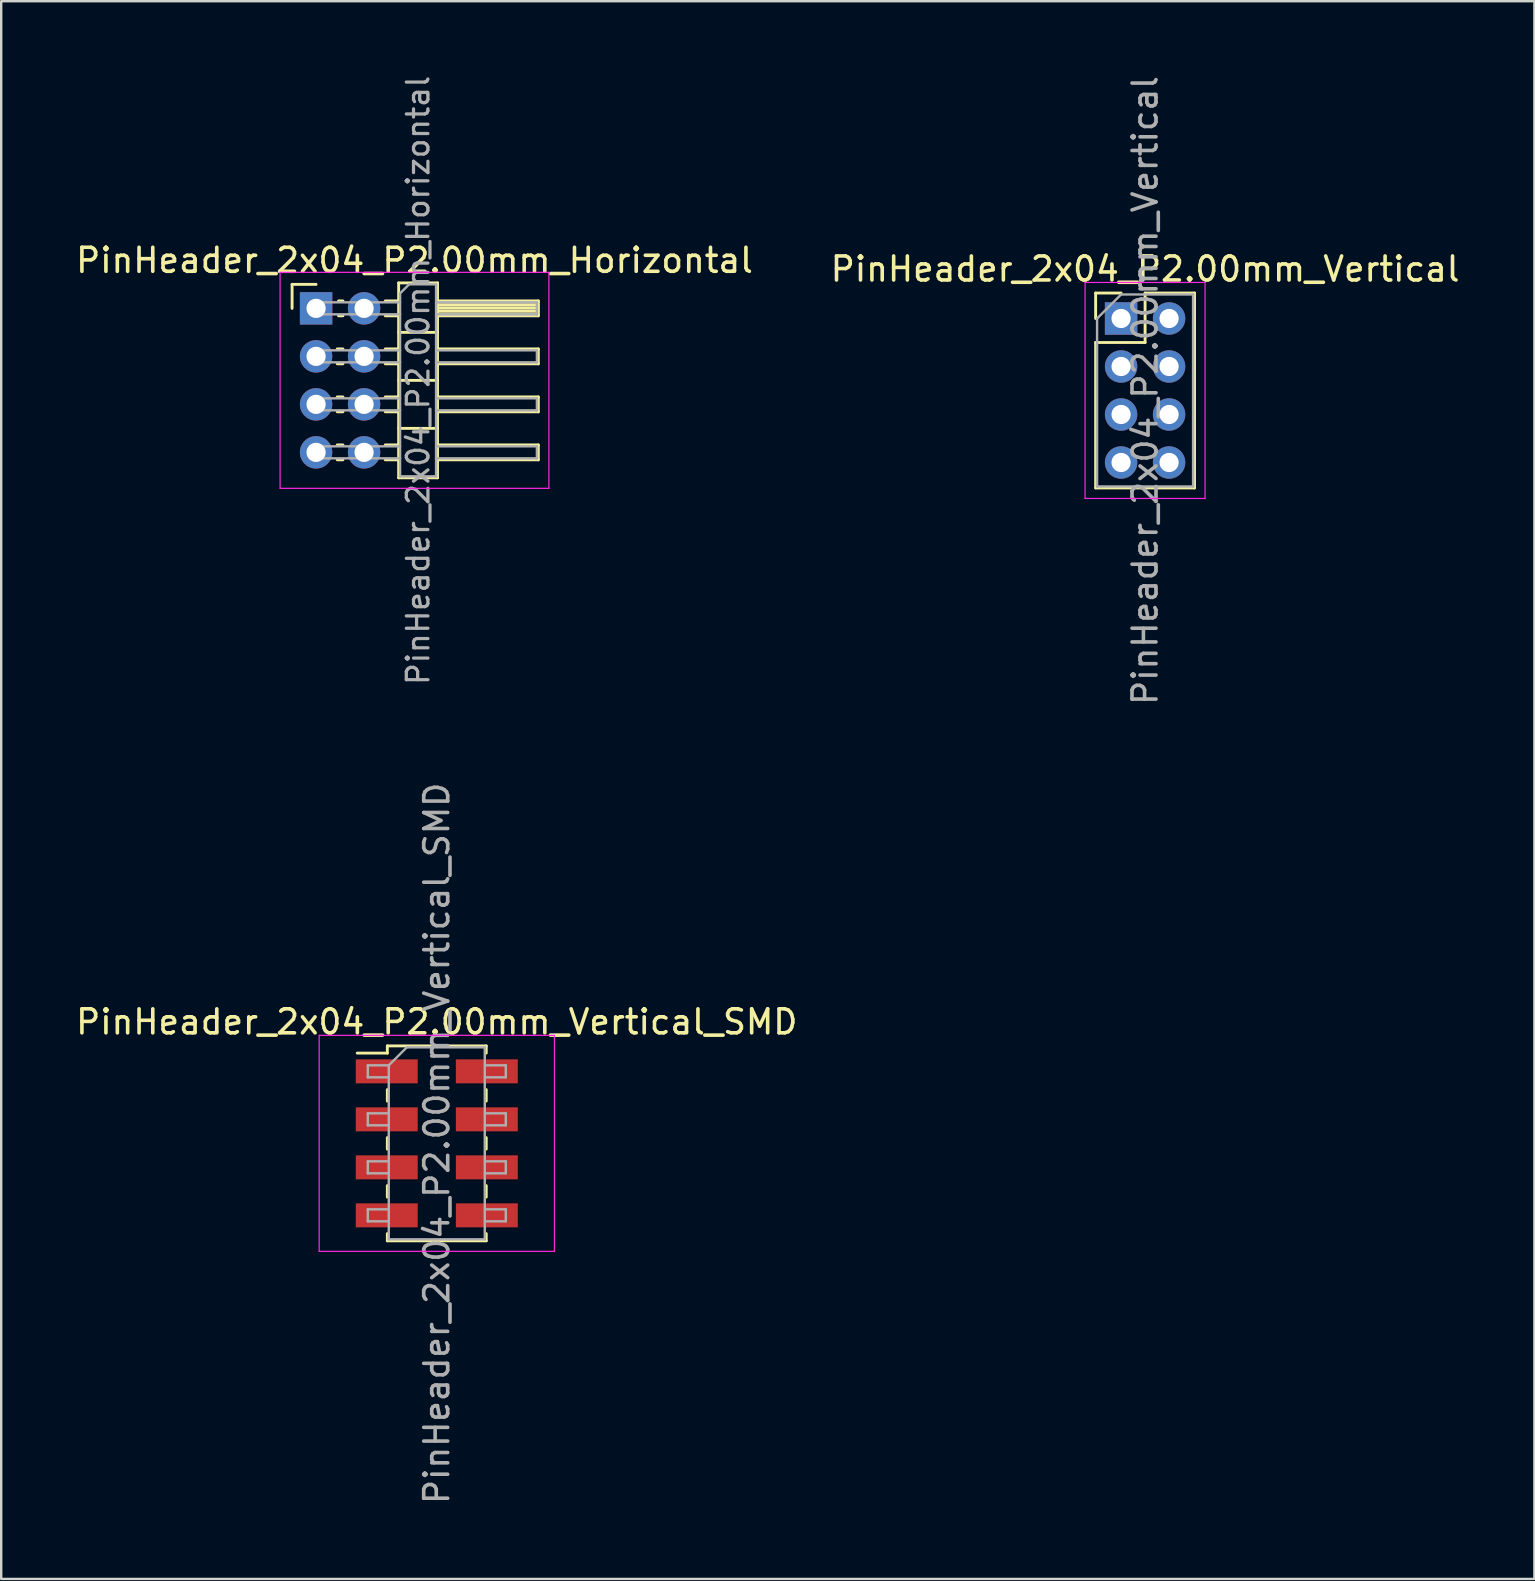
<source format=kicad_pcb>
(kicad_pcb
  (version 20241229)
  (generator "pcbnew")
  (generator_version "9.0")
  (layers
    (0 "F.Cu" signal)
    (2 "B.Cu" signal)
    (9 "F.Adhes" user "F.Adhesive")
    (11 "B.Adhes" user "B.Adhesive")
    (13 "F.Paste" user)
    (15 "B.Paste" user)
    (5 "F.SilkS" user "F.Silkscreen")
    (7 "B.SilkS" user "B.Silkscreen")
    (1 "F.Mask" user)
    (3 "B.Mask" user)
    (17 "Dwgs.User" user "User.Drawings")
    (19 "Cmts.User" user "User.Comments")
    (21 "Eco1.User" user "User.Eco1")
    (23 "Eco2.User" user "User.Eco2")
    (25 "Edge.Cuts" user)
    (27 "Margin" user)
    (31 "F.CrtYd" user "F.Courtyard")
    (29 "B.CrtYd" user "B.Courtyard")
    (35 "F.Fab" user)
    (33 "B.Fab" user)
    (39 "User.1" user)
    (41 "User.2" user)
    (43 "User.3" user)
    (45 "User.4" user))
  (footprint "PinHeader_2x04_P2.00mm_Vertical"
    (layer "F.Cu")
    (at 43.661 10.22)
    (property "Reference" "PinHeader_2x04_P2.00mm_Vertical" (at 1 -2.06 0) (layer "F.SilkS") (effects (font (size 1 1) (thickness 0.15))))
    (attr through_hole)
    (fp_line (start -1.06 -1.06) (end 0 -1.06) (stroke (width 0.12) (type solid)) (layer "F.SilkS"))
    (fp_line (start -1.06 0) (end -1.06 -1.06) (stroke (width 0.12) (type solid)) (layer "F.SilkS"))
    (fp_line (start -1.06 1) (end -1.06 7.06) (stroke (width 0.12) (type solid)) (layer "F.SilkS"))
    (fp_line (start -1.06 1) (end 1 1) (stroke (width 0.12) (type solid)) (layer "F.SilkS"))
    (fp_line (start -1.06 7.06) (end 3.06 7.06) (stroke (width 0.12) (type solid)) (layer "F.SilkS"))
    (fp_line (start 1 -1.06) (end 3.06 -1.06) (stroke (width 0.12) (type solid)) (layer "F.SilkS"))
    (fp_line (start 1 1) (end 1 -1.06) (stroke (width 0.12) (type solid)) (layer "F.SilkS"))
    (fp_line (start 3.06 -1.06) (end 3.06 7.06) (stroke (width 0.12) (type solid)) (layer "F.SilkS"))
    (fp_line (start -1.5 -1.5) (end -1.5 7.5) (stroke (width 0.05) (type solid)) (layer "F.CrtYd"))
    (fp_line (start -1.5 7.5) (end 3.5 7.5) (stroke (width 0.05) (type solid)) (layer "F.CrtYd"))
    (fp_line (start 3.5 -1.5) (end -1.5 -1.5) (stroke (width 0.05) (type solid)) (layer "F.CrtYd"))
    (fp_line (start 3.5 7.5) (end 3.5 -1.5) (stroke (width 0.05) (type solid)) (layer "F.CrtYd"))
    (fp_line (start -1 0) (end 0 -1) (stroke (width 0.1) (type solid)) (layer "F.Fab"))
    (fp_line (start -1 7) (end -1 0) (stroke (width 0.1) (type solid)) (layer "F.Fab"))
    (fp_line (start 0 -1) (end 3 -1) (stroke (width 0.1) (type solid)) (layer "F.Fab"))
    (fp_line (start 3 -1) (end 3 7) (stroke (width 0.1) (type solid)) (layer "F.Fab"))
    (fp_line (start 3 7) (end -1 7) (stroke (width 0.1) (type solid)) (layer "F.Fab"))
    (fp_text user "${REFERENCE}" (at 1 3 90) (layer "F.Fab") (effects (font (size 1 1) (thickness 0.15))))
    (pad "1" thru_hole rect (at 0 0) (size 1.35 1.35) (drill 0.8) (layers "*.Cu" "*.Mask"))
    (pad "2" thru_hole oval (at 2 0) (size 1.35 1.35) (drill 0.8) (layers "*.Cu" "*.Mask"))
    (pad "3" thru_hole oval (at 0 2) (size 1.35 1.35) (drill 0.8) (layers "*.Cu" "*.Mask"))
    (pad "4" thru_hole oval (at 2 2) (size 1.35 1.35) (drill 0.8) (layers "*.Cu" "*.Mask"))
    (pad "5" thru_hole oval (at 0 4) (size 1.35 1.35) (drill 0.8) (layers "*.Cu" "*.Mask"))
    (pad "6" thru_hole oval (at 2 4) (size 1.35 1.35) (drill 0.8) (layers "*.Cu" "*.Mask"))
    (pad "7" thru_hole oval (at 0 6) (size 1.35 1.35) (drill 0.8) (layers "*.Cu" "*.Mask"))
    (pad "8" thru_hole oval (at 2 6) (size 1.35 1.35) (drill 0.8) (layers "*.Cu" "*.Mask")))
  (footprint "PinHeader_2x04_P2.00mm_Horizontal"
    (layer "F.Cu")
    (at 10.12 9.798)
    (property "Reference" "PinHeader_2x04_P2.00mm_Horizontal" (at 4.1 -2 0) (layer "F.SilkS") (effects (font (size 1 1) (thickness 0.15))))
    (attr through_hole)
    (fp_line (start -1 -1) (end 0 -1) (stroke (width 0.12) (type solid)) (layer "F.SilkS"))
    (fp_line (start -1 0) (end -1 -1) (stroke (width 0.12) (type solid)) (layer "F.SilkS"))
    (fp_line (start 0.882 1.69) (end 1.118 1.69) (stroke (width 0.12) (type solid)) (layer "F.SilkS"))
    (fp_line (start 0.882 2.31) (end 1.118 2.31) (stroke (width 0.12) (type solid)) (layer "F.SilkS"))
    (fp_line (start 0.882 3.69) (end 1.118 3.69) (stroke (width 0.12) (type solid)) (layer "F.SilkS"))
    (fp_line (start 0.882 4.31) (end 1.118 4.31) (stroke (width 0.12) (type solid)) (layer "F.SilkS"))
    (fp_line (start 0.882 5.69) (end 1.118 5.69) (stroke (width 0.12) (type solid)) (layer "F.SilkS"))
    (fp_line (start 0.882 6.31) (end 1.118 6.31) (stroke (width 0.12) (type solid)) (layer "F.SilkS"))
    (fp_line (start 0.935 -0.31) (end 1.118 -0.31) (stroke (width 0.12) (type solid)) (layer "F.SilkS"))
    (fp_line (start 0.935 0.31) (end 1.118 0.31) (stroke (width 0.12) (type solid)) (layer "F.SilkS"))
    (fp_line (start 2.882 -0.31) (end 3.44 -0.31) (stroke (width 0.12) (type solid)) (layer "F.SilkS"))
    (fp_line (start 2.882 0.31) (end 3.44 0.31) (stroke (width 0.12) (type solid)) (layer "F.SilkS"))
    (fp_line (start 2.882 1.69) (end 3.44 1.69) (stroke (width 0.12) (type solid)) (layer "F.SilkS"))
    (fp_line (start 2.882 2.31) (end 3.44 2.31) (stroke (width 0.12) (type solid)) (layer "F.SilkS"))
    (fp_line (start 2.882 3.69) (end 3.44 3.69) (stroke (width 0.12) (type solid)) (layer "F.SilkS"))
    (fp_line (start 2.882 4.31) (end 3.44 4.31) (stroke (width 0.12) (type solid)) (layer "F.SilkS"))
    (fp_line (start 2.882 5.69) (end 3.44 5.69) (stroke (width 0.12) (type solid)) (layer "F.SilkS"))
    (fp_line (start 2.882 6.31) (end 3.44 6.31) (stroke (width 0.12) (type solid)) (layer "F.SilkS"))
    (fp_line (start 3.44 -1.06) (end 3.44 7.06) (stroke (width 0.12) (type solid)) (layer "F.SilkS"))
    (fp_line (start 3.44 1) (end 5.06 1) (stroke (width 0.12) (type solid)) (layer "F.SilkS"))
    (fp_line (start 3.44 3) (end 5.06 3) (stroke (width 0.12) (type solid)) (layer "F.SilkS"))
    (fp_line (start 3.44 5) (end 5.06 5) (stroke (width 0.12) (type solid)) (layer "F.SilkS"))
    (fp_line (start 3.44 7.06) (end 5.06 7.06) (stroke (width 0.12) (type solid)) (layer "F.SilkS"))
    (fp_line (start 5.06 -1.06) (end 3.44 -1.06) (stroke (width 0.12) (type solid)) (layer "F.SilkS"))
    (fp_line (start 5.06 -0.31) (end 9.26 -0.31) (stroke (width 0.12) (type solid)) (layer "F.SilkS"))
    (fp_line (start 5.06 -0.25) (end 9.26 -0.25) (stroke (width 0.12) (type solid)) (layer "F.SilkS"))
    (fp_line (start 5.06 -0.13) (end 9.26 -0.13) (stroke (width 0.12) (type solid)) (layer "F.SilkS"))
    (fp_line (start 5.06 -0.01) (end 9.26 -0.01) (stroke (width 0.12) (type solid)) (layer "F.SilkS"))
    (fp_line (start 5.06 0.11) (end 9.26 0.11) (stroke (width 0.12) (type solid)) (layer "F.SilkS"))
    (fp_line (start 5.06 0.23) (end 9.26 0.23) (stroke (width 0.12) (type solid)) (layer "F.SilkS"))
    (fp_line (start 5.06 1.69) (end 9.26 1.69) (stroke (width 0.12) (type solid)) (layer "F.SilkS"))
    (fp_line (start 5.06 3.69) (end 9.26 3.69) (stroke (width 0.12) (type solid)) (layer "F.SilkS"))
    (fp_line (start 5.06 5.69) (end 9.26 5.69) (stroke (width 0.12) (type solid)) (layer "F.SilkS"))
    (fp_line (start 5.06 7.06) (end 5.06 -1.06) (stroke (width 0.12) (type solid)) (layer "F.SilkS"))
    (fp_line (start 9.26 -0.31) (end 9.26 0.31) (stroke (width 0.12) (type solid)) (layer "F.SilkS"))
    (fp_line (start 9.26 0.31) (end 5.06 0.31) (stroke (width 0.12) (type solid)) (layer "F.SilkS"))
    (fp_line (start 9.26 1.69) (end 9.26 2.31) (stroke (width 0.12) (type solid)) (layer "F.SilkS"))
    (fp_line (start 9.26 2.31) (end 5.06 2.31) (stroke (width 0.12) (type solid)) (layer "F.SilkS"))
    (fp_line (start 9.26 3.69) (end 9.26 4.31) (stroke (width 0.12) (type solid)) (layer "F.SilkS"))
    (fp_line (start 9.26 4.31) (end 5.06 4.31) (stroke (width 0.12) (type solid)) (layer "F.SilkS"))
    (fp_line (start 9.26 5.69) (end 9.26 6.31) (stroke (width 0.12) (type solid)) (layer "F.SilkS"))
    (fp_line (start 9.26 6.31) (end 5.06 6.31) (stroke (width 0.12) (type solid)) (layer "F.SilkS"))
    (fp_line (start -1.5 -1.5) (end -1.5 7.5) (stroke (width 0.05) (type solid)) (layer "F.CrtYd"))
    (fp_line (start -1.5 7.5) (end 9.7 7.5) (stroke (width 0.05) (type solid)) (layer "F.CrtYd"))
    (fp_line (start 9.7 -1.5) (end -1.5 -1.5) (stroke (width 0.05) (type solid)) (layer "F.CrtYd"))
    (fp_line (start 9.7 7.5) (end 9.7 -1.5) (stroke (width 0.05) (type solid)) (layer "F.CrtYd"))
    (fp_line (start -0.25 -0.25) (end -0.25 0.25) (stroke (width 0.1) (type solid)) (layer "F.Fab"))
    (fp_line (start -0.25 -0.25) (end 3.5 -0.25) (stroke (width 0.1) (type solid)) (layer "F.Fab"))
    (fp_line (start -0.25 0.25) (end 3.5 0.25) (stroke (width 0.1) (type solid)) (layer "F.Fab"))
    (fp_line (start -0.25 1.75) (end -0.25 2.25) (stroke (width 0.1) (type solid)) (layer "F.Fab"))
    (fp_line (start -0.25 1.75) (end 3.5 1.75) (stroke (width 0.1) (type solid)) (layer "F.Fab"))
    (fp_line (start -0.25 2.25) (end 3.5 2.25) (stroke (width 0.1) (type solid)) (layer "F.Fab"))
    (fp_line (start -0.25 3.75) (end -0.25 4.25) (stroke (width 0.1) (type solid)) (layer "F.Fab"))
    (fp_line (start -0.25 3.75) (end 3.5 3.75) (stroke (width 0.1) (type solid)) (layer "F.Fab"))
    (fp_line (start -0.25 4.25) (end 3.5 4.25) (stroke (width 0.1) (type solid)) (layer "F.Fab"))
    (fp_line (start -0.25 5.75) (end -0.25 6.25) (stroke (width 0.1) (type solid)) (layer "F.Fab"))
    (fp_line (start -0.25 5.75) (end 3.5 5.75) (stroke (width 0.1) (type solid)) (layer "F.Fab"))
    (fp_line (start -0.25 6.25) (end 3.5 6.25) (stroke (width 0.1) (type solid)) (layer "F.Fab"))
    (fp_line (start 3.5 -0.625) (end 3.875 -1) (stroke (width 0.1) (type solid)) (layer "F.Fab"))
    (fp_line (start 3.5 7) (end 3.5 -0.625) (stroke (width 0.1) (type solid)) (layer "F.Fab"))
    (fp_line (start 3.875 -1) (end 5 -1) (stroke (width 0.1) (type solid)) (layer "F.Fab"))
    (fp_line (start 5 -1) (end 5 7) (stroke (width 0.1) (type solid)) (layer "F.Fab"))
    (fp_line (start 5 -0.25) (end 9.2 -0.25) (stroke (width 0.1) (type solid)) (layer "F.Fab"))
    (fp_line (start 5 0.25) (end 9.2 0.25) (stroke (width 0.1) (type solid)) (layer "F.Fab"))
    (fp_line (start 5 1.75) (end 9.2 1.75) (stroke (width 0.1) (type solid)) (layer "F.Fab"))
    (fp_line (start 5 2.25) (end 9.2 2.25) (stroke (width 0.1) (type solid)) (layer "F.Fab"))
    (fp_line (start 5 3.75) (end 9.2 3.75) (stroke (width 0.1) (type solid)) (layer "F.Fab"))
    (fp_line (start 5 4.25) (end 9.2 4.25) (stroke (width 0.1) (type solid)) (layer "F.Fab"))
    (fp_line (start 5 5.75) (end 9.2 5.75) (stroke (width 0.1) (type solid)) (layer "F.Fab"))
    (fp_line (start 5 6.25) (end 9.2 6.25) (stroke (width 0.1) (type solid)) (layer "F.Fab"))
    (fp_line (start 5 7) (end 3.5 7) (stroke (width 0.1) (type solid)) (layer "F.Fab"))
    (fp_line (start 9.2 -0.25) (end 9.2 0.25) (stroke (width 0.1) (type solid)) (layer "F.Fab"))
    (fp_line (start 9.2 1.75) (end 9.2 2.25) (stroke (width 0.1) (type solid)) (layer "F.Fab"))
    (fp_line (start 9.2 3.75) (end 9.2 4.25) (stroke (width 0.1) (type solid)) (layer "F.Fab"))
    (fp_line (start 9.2 5.75) (end 9.2 6.25) (stroke (width 0.1) (type solid)) (layer "F.Fab"))
    (fp_text user "${REFERENCE}" (at 4.25 3 90) (layer "F.Fab") (effects (font (size 0.9 0.9) (thickness 0.135))))
    (pad "1" thru_hole rect (at 0 0) (size 1.35 1.35) (drill 0.8) (layers "*.Cu" "*.Mask"))
    (pad "2" thru_hole oval (at 2 0) (size 1.35 1.35) (drill 0.8) (layers "*.Cu" "*.Mask"))
    (pad "3" thru_hole oval (at 0 2) (size 1.35 1.35) (drill 0.8) (layers "*.Cu" "*.Mask"))
    (pad "4" thru_hole oval (at 2 2) (size 1.35 1.35) (drill 0.8) (layers "*.Cu" "*.Mask"))
    (pad "5" thru_hole oval (at 0 4) (size 1.35 1.35) (drill 0.8) (layers "*.Cu" "*.Mask"))
    (pad "6" thru_hole oval (at 2 4) (size 1.35 1.35) (drill 0.8) (layers "*.Cu" "*.Mask"))
    (pad "7" thru_hole oval (at 0 6) (size 1.35 1.35) (drill 0.8) (layers "*.Cu" "*.Mask"))
    (pad "8" thru_hole oval (at 2 6) (size 1.35 1.35) (drill 0.8) (layers "*.Cu" "*.Mask")))
  (footprint "PinHeader_2x04_P2.00mm_Vertical_SMD"
    (layer "F.Cu")
    (at 15.149 44.589)
    (property "Reference" "PinHeader_2x04_P2.00mm_Vertical_SMD" (at 0 -5.06 0) (layer "F.SilkS") (effects (font (size 1 1) (thickness 0.15))))
    (attr smd)
    (fp_line (start -3.315 -3.76) (end -2.06 -3.76) (stroke (width 0.12) (type solid)) (layer "F.SilkS"))
    (fp_line (start -2.06 -4.06) (end -2.06 -3.76) (stroke (width 0.12) (type solid)) (layer "F.SilkS"))
    (fp_line (start -2.06 -4.06) (end 2.06 -4.06) (stroke (width 0.12) (type solid)) (layer "F.SilkS"))
    (fp_line (start -2.06 -2.24) (end -2.06 -1.76) (stroke (width 0.12) (type solid)) (layer "F.SilkS"))
    (fp_line (start -2.06 -0.24) (end -2.06 0.24) (stroke (width 0.12) (type solid)) (layer "F.SilkS"))
    (fp_line (start -2.06 1.76) (end -2.06 2.24) (stroke (width 0.12) (type solid)) (layer "F.SilkS"))
    (fp_line (start -2.06 3.76) (end -2.06 4.06) (stroke (width 0.12) (type solid)) (layer "F.SilkS"))
    (fp_line (start -2.06 4.06) (end 2.06 4.06) (stroke (width 0.12) (type solid)) (layer "F.SilkS"))
    (fp_line (start 2.06 -4.06) (end 2.06 -3.76) (stroke (width 0.12) (type solid)) (layer "F.SilkS"))
    (fp_line (start 2.06 -2.24) (end 2.06 -1.76) (stroke (width 0.12) (type solid)) (layer "F.SilkS"))
    (fp_line (start 2.06 -0.24) (end 2.06 0.24) (stroke (width 0.12) (type solid)) (layer "F.SilkS"))
    (fp_line (start 2.06 1.76) (end 2.06 2.24) (stroke (width 0.12) (type solid)) (layer "F.SilkS"))
    (fp_line (start 2.06 3.76) (end 2.06 4.06) (stroke (width 0.12) (type solid)) (layer "F.SilkS"))
    (fp_line (start -4.9 -4.5) (end -4.9 4.5) (stroke (width 0.05) (type solid)) (layer "F.CrtYd"))
    (fp_line (start -4.9 4.5) (end 4.9 4.5) (stroke (width 0.05) (type solid)) (layer "F.CrtYd"))
    (fp_line (start 4.9 -4.5) (end -4.9 -4.5) (stroke (width 0.05) (type solid)) (layer "F.CrtYd"))
    (fp_line (start 4.9 4.5) (end 4.9 -4.5) (stroke (width 0.05) (type solid)) (layer "F.CrtYd"))
    (fp_line (start -2.875 -3.25) (end -2.875 -2.75) (stroke (width 0.1) (type solid)) (layer "F.Fab"))
    (fp_line (start -2.875 -2.75) (end -2 -2.75) (stroke (width 0.1) (type solid)) (layer "F.Fab"))
    (fp_line (start -2.875 -1.25) (end -2.875 -0.75) (stroke (width 0.1) (type solid)) (layer "F.Fab"))
    (fp_line (start -2.875 -0.75) (end -2 -0.75) (stroke (width 0.1) (type solid)) (layer "F.Fab"))
    (fp_line (start -2.875 0.75) (end -2.875 1.25) (stroke (width 0.1) (type solid)) (layer "F.Fab"))
    (fp_line (start -2.875 1.25) (end -2 1.25) (stroke (width 0.1) (type solid)) (layer "F.Fab"))
    (fp_line (start -2.875 2.75) (end -2.875 3.25) (stroke (width 0.1) (type solid)) (layer "F.Fab"))
    (fp_line (start -2.875 3.25) (end -2 3.25) (stroke (width 0.1) (type solid)) (layer "F.Fab"))
    (fp_line (start -2 -3.25) (end -2.875 -3.25) (stroke (width 0.1) (type solid)) (layer "F.Fab"))
    (fp_line (start -2 -3.25) (end -1.25 -4) (stroke (width 0.1) (type solid)) (layer "F.Fab"))
    (fp_line (start -2 -1.25) (end -2.875 -1.25) (stroke (width 0.1) (type solid)) (layer "F.Fab"))
    (fp_line (start -2 0.75) (end -2.875 0.75) (stroke (width 0.1) (type solid)) (layer "F.Fab"))
    (fp_line (start -2 2.75) (end -2.875 2.75) (stroke (width 0.1) (type solid)) (layer "F.Fab"))
    (fp_line (start -2 4) (end -2 -3.25) (stroke (width 0.1) (type solid)) (layer "F.Fab"))
    (fp_line (start -1.25 -4) (end 2 -4) (stroke (width 0.1) (type solid)) (layer "F.Fab"))
    (fp_line (start 2 -4) (end 2 4) (stroke (width 0.1) (type solid)) (layer "F.Fab"))
    (fp_line (start 2 -3.25) (end 2.875 -3.25) (stroke (width 0.1) (type solid)) (layer "F.Fab"))
    (fp_line (start 2 -1.25) (end 2.875 -1.25) (stroke (width 0.1) (type solid)) (layer "F.Fab"))
    (fp_line (start 2 0.75) (end 2.875 0.75) (stroke (width 0.1) (type solid)) (layer "F.Fab"))
    (fp_line (start 2 2.75) (end 2.875 2.75) (stroke (width 0.1) (type solid)) (layer "F.Fab"))
    (fp_line (start 2 4) (end -2 4) (stroke (width 0.1) (type solid)) (layer "F.Fab"))
    (fp_line (start 2.875 -3.25) (end 2.875 -2.75) (stroke (width 0.1) (type solid)) (layer "F.Fab"))
    (fp_line (start 2.875 -2.75) (end 2 -2.75) (stroke (width 0.1) (type solid)) (layer "F.Fab"))
    (fp_line (start 2.875 -1.25) (end 2.875 -0.75) (stroke (width 0.1) (type solid)) (layer "F.Fab"))
    (fp_line (start 2.875 -0.75) (end 2 -0.75) (stroke (width 0.1) (type solid)) (layer "F.Fab"))
    (fp_line (start 2.875 0.75) (end 2.875 1.25) (stroke (width 0.1) (type solid)) (layer "F.Fab"))
    (fp_line (start 2.875 1.25) (end 2 1.25) (stroke (width 0.1) (type solid)) (layer "F.Fab"))
    (fp_line (start 2.875 2.75) (end 2.875 3.25) (stroke (width 0.1) (type solid)) (layer "F.Fab"))
    (fp_line (start 2.875 3.25) (end 2 3.25) (stroke (width 0.1) (type solid)) (layer "F.Fab"))
    (fp_text user "${REFERENCE}" (at 0 0 90) (layer "F.Fab") (effects (font (size 1 1) (thickness 0.15))))
    (pad "1" smd rect (at -2.085 -3) (size 2.58 1) (layers "F.Cu" "F.Mask" "F.Paste"))
    (pad "2" smd rect (at 2.085 -3) (size 2.58 1) (layers "F.Cu" "F.Mask" "F.Paste"))
    (pad "3" smd rect (at -2.085 -1) (size 2.58 1) (layers "F.Cu" "F.Mask" "F.Paste"))
    (pad "4" smd rect (at 2.085 -1) (size 2.58 1) (layers "F.Cu" "F.Mask" "F.Paste"))
    (pad "5" smd rect (at -2.085 1) (size 2.58 1) (layers "F.Cu" "F.Mask" "F.Paste"))
    (pad "6" smd rect (at 2.085 1) (size 2.58 1) (layers "F.Cu" "F.Mask" "F.Paste"))
    (pad "7" smd rect (at -2.085 3) (size 2.58 1) (layers "F.Cu" "F.Mask" "F.Paste"))
    (pad "8" smd rect (at 2.085 3) (size 2.58 1) (layers "F.Cu" "F.Mask" "F.Paste")))
  (gr_rect
    (start -3 -3)
    (end 60.881 62.738)
    (stroke (width 0.1) (type default))
    (fill no)
    (layer "Edge.Cuts")))
</source>
